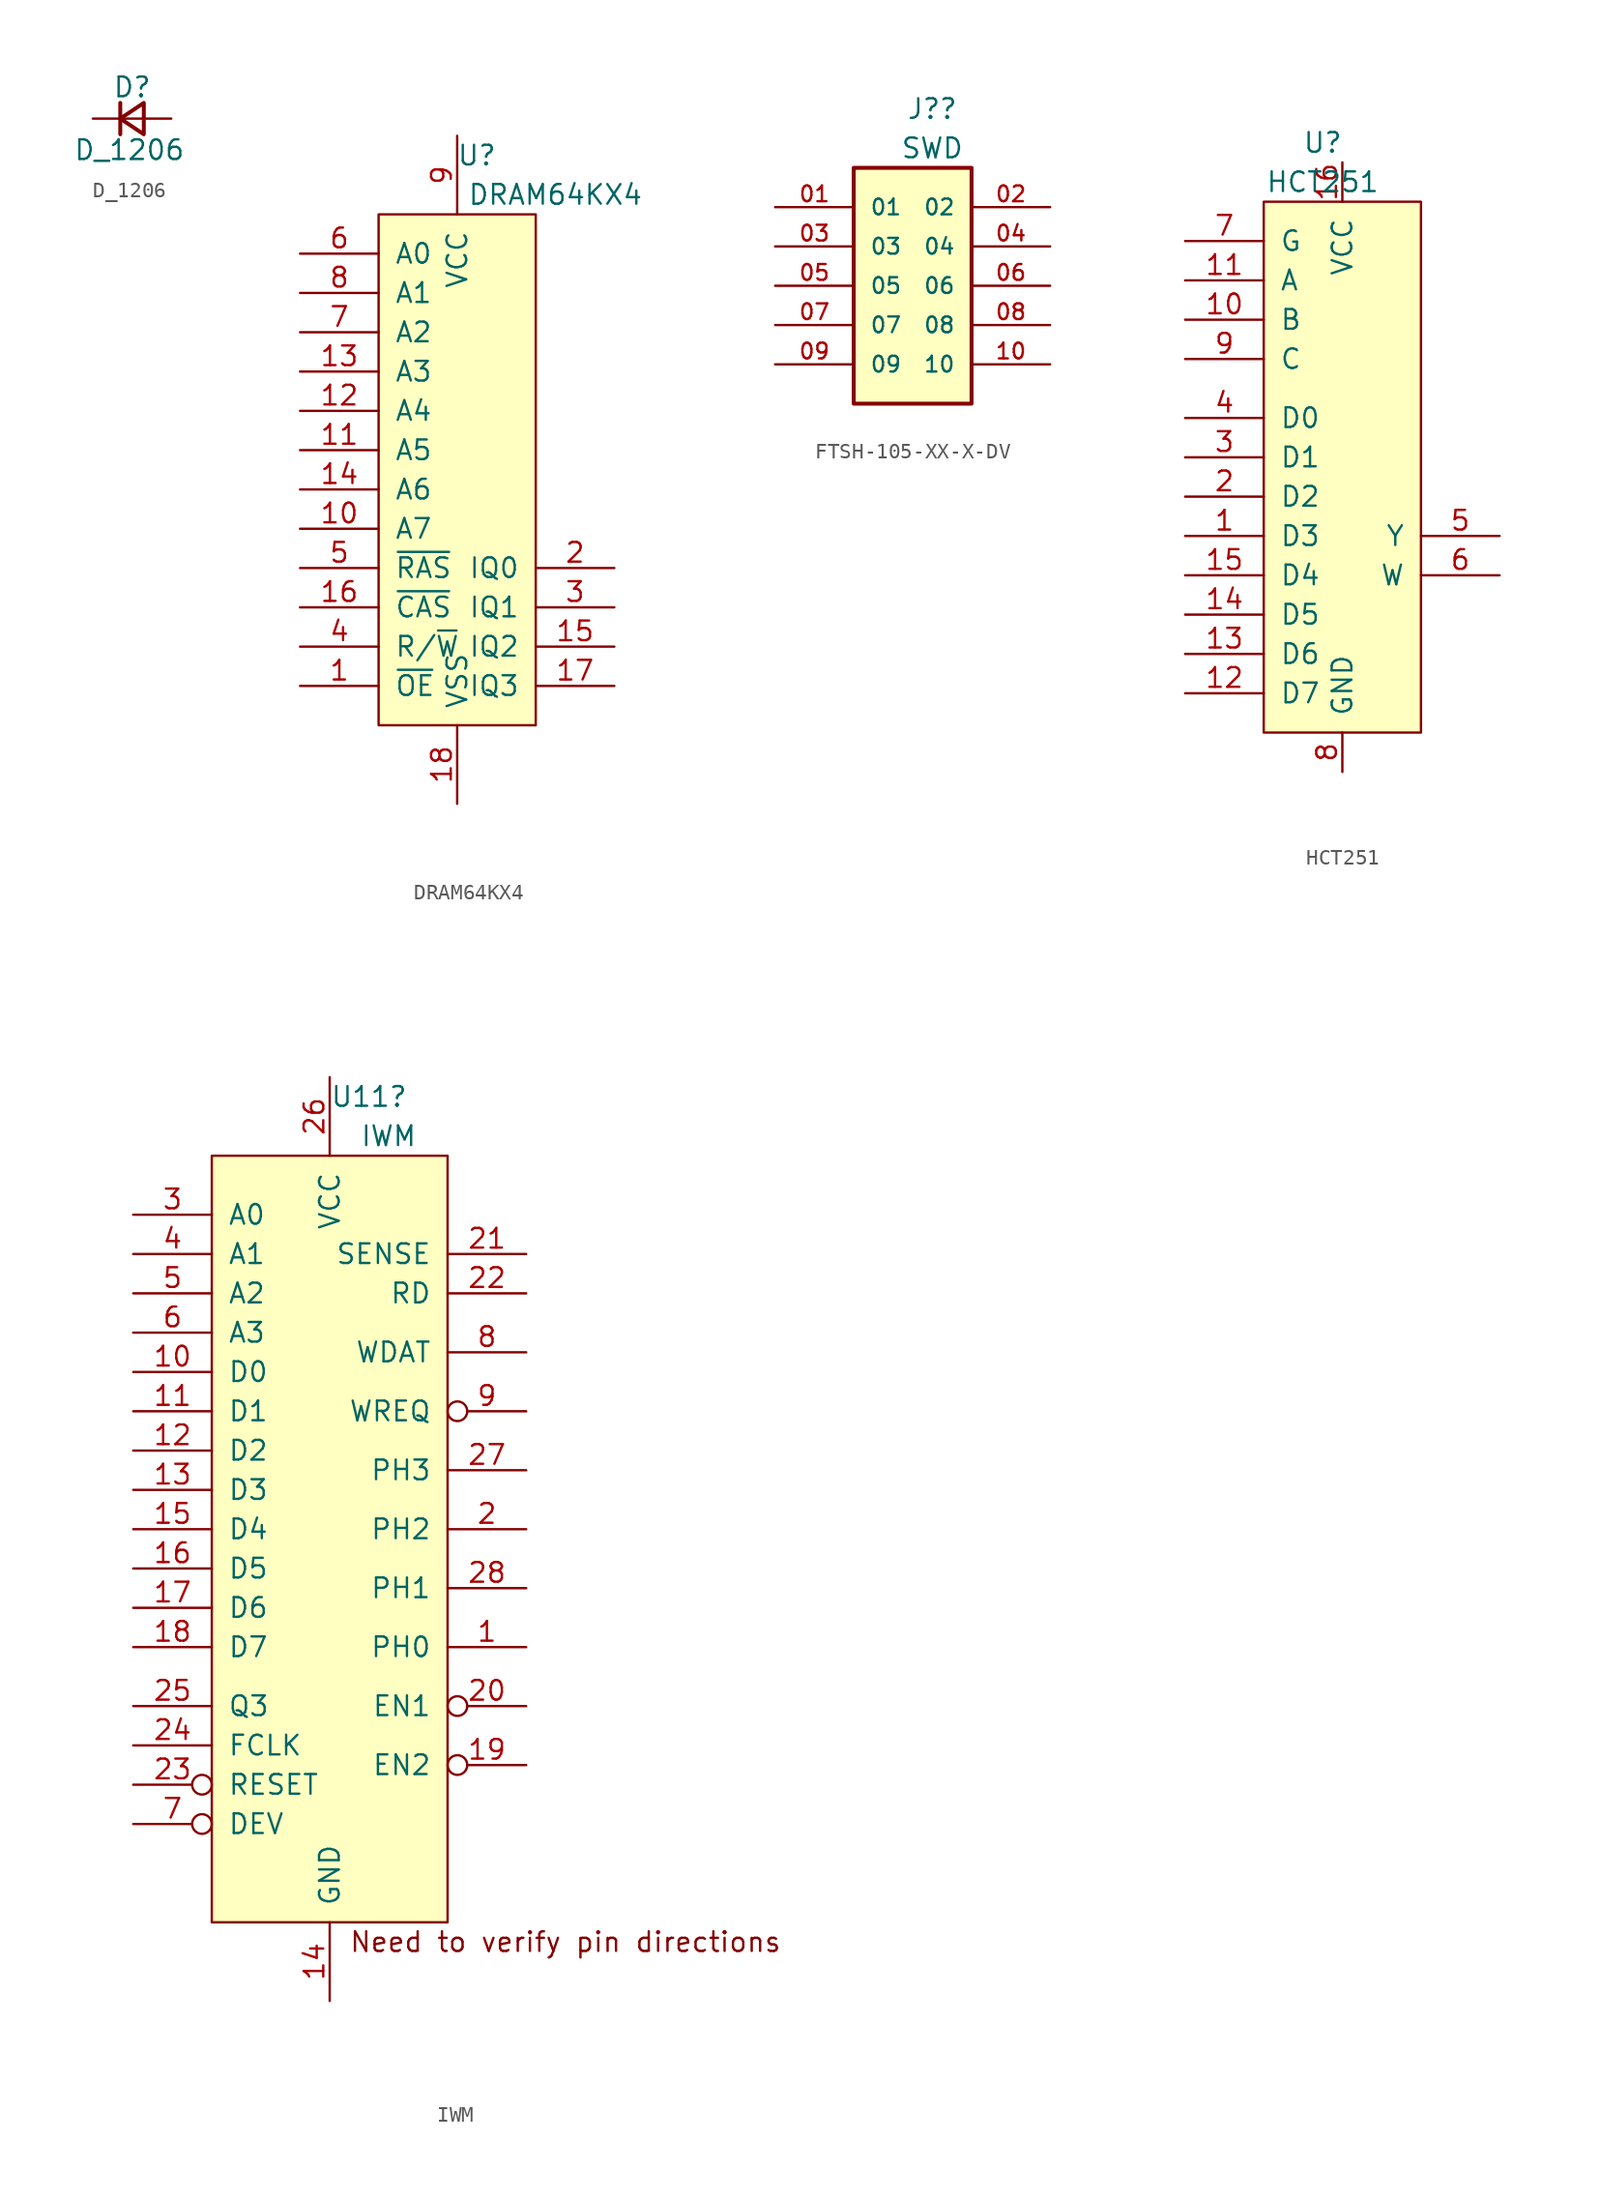
<source format=kicad_sym>
(kicad_symbol_lib
  (version 20220914)
  (generator kicad_symbol_editor)
  (symbol "D_1206"
    (pin_numbers hide)
    (pin_names
      (offset 0.254) hide)
    (property "Reference" "D"
      (at -1.27 2.032 0)
      (effects (font (size 1.27 1.27)) (justify left)))
    (property "Value" "D_1206"
      (at -3.81 -2.032 0)
      (effects (font (size 1.27 1.27)) (justify left)))
    (symbol "D_1206_0_1"
      (polyline (pts (xy -0.762 -1.016) (xy -0.762 1.016)) (stroke (width 0.254) (type default)) (fill (type none)))
      (polyline (pts (xy -0.762 0) (xy 0.762 0)) (stroke (width 0) (type default)) (fill (type none)))
      (polyline (pts (xy 0.762 -1.016) (xy -0.762 0) (xy 0.762 1.016) (xy 0.762 -1.016)) (stroke (width 0.254) (type default)) (fill (type none))))
    (symbol "D_1206_1_1"
      (pin passive line (at -2.54 0 0) (length 1.778) (name "K" (effects (font (size 1.27 1.27)))) (number "1" (effects (font (size 1.27 1.27)))))
      (pin passive line (at 2.54 0 180) (length 1.778) (name "A" (effects (font (size 1.27 1.27)))) (number "2" (effects (font (size 1.27 1.27)))))))
  (symbol "DRAM64KX4"
    (pin_names
      (offset 1.016))
    (property "Reference" "U"
      (at 1.27 20.32 0)
      (effects (font (size 1.27 1.27))))
    (property "Value" "DRAM64KX4"
      (at 6.35 17.78 0)
      (effects (font (size 1.27 1.27))))
    (symbol "DRAM64KX4_0_0"
      (rectangle (start -5.08 16.51) (end 5.08 -16.51) (stroke (width 0) (type solid)) (fill (type background))))
    (symbol "DRAM64KX4_1_1"
      (pin input line (at -10.16 -13.97 0) (length 5.08) (name "~{OE}" (effects (font (size 1.27 1.27)))) (number "1" (effects (font (size 1.27 1.27)))))
      (pin input line (at -10.16 -3.81 0) (length 5.08) (name "A7" (effects (font (size 1.27 1.27)))) (number "10" (effects (font (size 1.27 1.27)))))
      (pin input line (at -10.16 1.27 0) (length 5.08) (name "A5" (effects (font (size 1.27 1.27)))) (number "11" (effects (font (size 1.27 1.27)))))
      (pin input line (at -10.16 3.81 0) (length 5.08) (name "A4" (effects (font (size 1.27 1.27)))) (number "12" (effects (font (size 1.27 1.27)))))
      (pin input line (at -10.16 6.35 0) (length 5.08) (name "A3" (effects (font (size 1.27 1.27)))) (number "13" (effects (font (size 1.27 1.27)))))
      (pin input line (at -10.16 -1.27 0) (length 5.08) (name "A6" (effects (font (size 1.27 1.27)))) (number "14" (effects (font (size 1.27 1.27)))))
      (pin input line (at 10.16 -11.43 180) (length 5.08) (name "IQ2" (effects (font (size 1.27 1.27)))) (number "15" (effects (font (size 1.27 1.27)))))
      (pin input line (at -10.16 -8.89 0) (length 5.08) (name "~{CAS}" (effects (font (size 1.27 1.27)))) (number "16" (effects (font (size 1.27 1.27)))))
      (pin input line (at 10.16 -13.97 180) (length 5.08) (name "IQ3" (effects (font (size 1.27 1.27)))) (number "17" (effects (font (size 1.27 1.27)))))
      (pin input line (at 0 -21.59 90) (length 5.08) (name "VSS" (effects (font (size 1.27 1.27)))) (number "18" (effects (font (size 1.27 1.27)))))
      (pin input line (at 10.16 -6.35 180) (length 5.08) (name "IQ0" (effects (font (size 1.27 1.27)))) (number "2" (effects (font (size 1.27 1.27)))))
      (pin input line (at 10.16 -8.89 180) (length 5.08) (name "IQ1" (effects (font (size 1.27 1.27)))) (number "3" (effects (font (size 1.27 1.27)))))
      (pin input line (at -10.16 -11.43 0) (length 5.08) (name "R/~{W}" (effects (font (size 1.27 1.27)))) (number "4" (effects (font (size 1.27 1.27)))))
      (pin input line (at -10.16 -6.35 0) (length 5.08) (name "~{RAS}" (effects (font (size 1.27 1.27)))) (number "5" (effects (font (size 1.27 1.27)))))
      (pin input line (at -10.16 13.97 0) (length 5.08) (name "A0" (effects (font (size 1.27 1.27)))) (number "6" (effects (font (size 1.27 1.27)))))
      (pin input line (at -10.16 8.89 0) (length 5.08) (name "A2" (effects (font (size 1.27 1.27)))) (number "7" (effects (font (size 1.27 1.27)))))
      (pin input line (at -10.16 11.43 0) (length 5.08) (name "A1" (effects (font (size 1.27 1.27)))) (number "8" (effects (font (size 1.27 1.27)))))
      (pin input line (at 0 21.59 270) (length 5.08) (name "VCC" (effects (font (size 1.27 1.27)))) (number "9" (effects (font (size 1.27 1.27)))))))
  (symbol "FTSH-105-XX-X-DV"
    (pin_names
      (offset 1.016))
    (property "Reference" "J?"
      (at 1.27 11.43 0)
      (effects (font (size 1.27 1.27))))
    (property "Value" "SWD"
      (at 1.27 8.89 0)
      (effects (font (size 1.27 1.27))))
    (property "ki_locked" ""
      (at 0 0 0)
      (effects (font (size 1.27 1.27))))
    (symbol "FTSH-105-XX-X-DV_0_0"
      (rectangle (start -3.81 7.62) (end 3.81 -7.62) (stroke (width 0.254) (type default)) (fill (type background)))
      (pin passive line (at -8.89 5.08 0) (length 5.08) (name "01" (effects (font (size 1.016 1.016)))) (number "01" (effects (font (size 1.016 1.016)))))
      (pin passive line (at 8.89 5.08 180) (length 5.08) (name "02" (effects (font (size 1.016 1.016)))) (number "02" (effects (font (size 1.016 1.016)))))
      (pin passive line (at -8.89 2.54 0) (length 5.08) (name "03" (effects (font (size 1.016 1.016)))) (number "03" (effects (font (size 1.016 1.016)))))
      (pin passive line (at 8.89 2.54 180) (length 5.08) (name "04" (effects (font (size 1.016 1.016)))) (number "04" (effects (font (size 1.016 1.016)))))
      (pin passive line (at -8.89 0 0) (length 5.08) (name "05" (effects (font (size 1.016 1.016)))) (number "05" (effects (font (size 1.016 1.016)))))
      (pin passive line (at 8.89 0 180) (length 5.08) (name "06" (effects (font (size 1.016 1.016)))) (number "06" (effects (font (size 1.016 1.016)))))
      (pin passive line (at -8.89 -2.54 0) (length 5.08) (name "07" (effects (font (size 1.016 1.016)))) (number "07" (effects (font (size 1.016 1.016)))))
      (pin passive line (at 8.89 -2.54 180) (length 5.08) (name "08" (effects (font (size 1.016 1.016)))) (number "08" (effects (font (size 1.016 1.016)))))
      (pin passive line (at -8.89 -5.08 0) (length 5.08) (name "09" (effects (font (size 1.016 1.016)))) (number "09" (effects (font (size 1.016 1.016)))))
      (pin passive line (at 8.89 -5.08 180) (length 5.08) (name "10" (effects (font (size 1.016 1.016)))) (number "10" (effects (font (size 1.016 1.016)))))))
  (symbol "HCT251"
    (pin_names
      (offset 1.016))
    (property "Reference" "U"
      (at -1.27 20.32 0)
      (effects (font (size 1.27 1.27))))
    (property "Value" "HCT251"
      (at -1.27 17.78 0)
      (effects (font (size 1.27 1.27))))
    (symbol "HCT251_0_1"
      (rectangle (start -5.08 16.51) (end 5.08 -17.78) (stroke (width 0) (type default)) (fill (type background))))
    (symbol "HCT251_1_1"
      (pin input line (at -10.16 -5.08 0) (length 5.08) (name "D3" (effects (font (size 1.27 1.27)))) (number "1" (effects (font (size 1.27 1.27)))))
      (pin input line (at -10.16 8.89 0) (length 5.08) (name "B" (effects (font (size 1.27 1.27)))) (number "10" (effects (font (size 1.27 1.27)))))
      (pin input line (at -10.16 11.43 0) (length 5.08) (name "A" (effects (font (size 1.27 1.27)))) (number "11" (effects (font (size 1.27 1.27)))))
      (pin input line (at -10.16 -15.24 0) (length 5.08) (name "D7" (effects (font (size 1.27 1.27)))) (number "12" (effects (font (size 1.27 1.27)))))
      (pin input line (at -10.16 -12.7 0) (length 5.08) (name "D6" (effects (font (size 1.27 1.27)))) (number "13" (effects (font (size 1.27 1.27)))))
      (pin input line (at -10.16 -10.16 0) (length 5.08) (name "D5" (effects (font (size 1.27 1.27)))) (number "14" (effects (font (size 1.27 1.27)))))
      (pin input line (at -10.16 -7.62 0) (length 5.08) (name "D4" (effects (font (size 1.27 1.27)))) (number "15" (effects (font (size 1.27 1.27)))))
      (pin power_in line (at 0 19.05 270) (length 2.54) (name "VCC" (effects (font (size 1.27 1.27)))) (number "16" (effects (font (size 1.27 1.27)))))
      (pin input line (at -10.16 -2.54 0) (length 5.08) (name "D2" (effects (font (size 1.27 1.27)))) (number "2" (effects (font (size 1.27 1.27)))))
      (pin input line (at -10.16 0 0) (length 5.08) (name "D1" (effects (font (size 1.27 1.27)))) (number "3" (effects (font (size 1.27 1.27)))))
      (pin input line (at -10.16 2.54 0) (length 5.08) (name "D0" (effects (font (size 1.27 1.27)))) (number "4" (effects (font (size 1.27 1.27)))))
      (pin input line (at 10.16 -5.08 180) (length 5.08) (name "Y" (effects (font (size 1.27 1.27)))) (number "5" (effects (font (size 1.27 1.27)))))
      (pin input line (at 10.16 -7.62 180) (length 5.08) (name "W" (effects (font (size 1.27 1.27)))) (number "6" (effects (font (size 1.27 1.27)))))
      (pin input line (at -10.16 13.97 0) (length 5.08) (name "G" (effects (font (size 1.27 1.27)))) (number "7" (effects (font (size 1.27 1.27)))))
      (pin power_in line (at 0 -20.32 90) (length 2.54) (name "GND" (effects (font (size 1.27 1.27)))) (number "8" (effects (font (size 1.27 1.27)))))
      (pin input line (at -10.16 6.35 0) (length 5.08) (name "C" (effects (font (size 1.27 1.27)))) (number "9" (effects (font (size 1.27 1.27)))))))
  (symbol "IWM"
    (pin_names
      (offset 1.016))
    (property "Reference" "U11"
      (at 2.54 29.21 0)
      (effects (font (size 1.27 1.27))))
    (property "Value" "IWM"
      (at 3.81 26.67 0)
      (effects (font (size 1.27 1.27))))
    (symbol "IWM_0_0"
      (text "Need to verify pin directions" (at 15.24 -25.4 0) (effects (font (size 1.27 1.27)))))
    (symbol "IWM_0_1"
      (rectangle (start -7.62 25.4) (end 7.62 -24.13) (stroke (width 0) (type default)) (fill (type background))))
    (symbol "IWM_1_1"
      (pin output line (at 12.7 -6.35 180) (length 5.08) (name "PH0" (effects (font (size 1.27 1.27)))) (number "1" (effects (font (size 1.27 1.27)))))
      (pin bidirectional line (at -12.7 11.43 0) (length 5.08) (name "D0" (effects (font (size 1.27 1.27)))) (number "10" (effects (font (size 1.27 1.27)))))
      (pin bidirectional line (at -12.7 8.89 0) (length 5.08) (name "D1" (effects (font (size 1.27 1.27)))) (number "11" (effects (font (size 1.27 1.27)))))
      (pin bidirectional line (at -12.7 6.35 0) (length 5.08) (name "D2" (effects (font (size 1.27 1.27)))) (number "12" (effects (font (size 1.27 1.27)))))
      (pin bidirectional line (at -12.7 3.81 0) (length 5.08) (name "D3" (effects (font (size 1.27 1.27)))) (number "13" (effects (font (size 1.27 1.27)))))
      (pin power_in line (at 0 -29.21 90) (length 5.08) (name "GND" (effects (font (size 1.27 1.27)))) (number "14" (effects (font (size 1.27 1.27)))))
      (pin bidirectional line (at -12.7 1.27 0) (length 5.08) (name "D4" (effects (font (size 1.27 1.27)))) (number "15" (effects (font (size 1.27 1.27)))))
      (pin bidirectional line (at -12.7 -1.27 0) (length 5.08) (name "D5" (effects (font (size 1.27 1.27)))) (number "16" (effects (font (size 1.27 1.27)))))
      (pin bidirectional line (at -12.7 -3.81 0) (length 5.08) (name "D6" (effects (font (size 1.27 1.27)))) (number "17" (effects (font (size 1.27 1.27)))))
      (pin bidirectional line (at -12.7 -6.35 0) (length 5.08) (name "D7" (effects (font (size 1.27 1.27)))) (number "18" (effects (font (size 1.27 1.27)))))
      (pin output inverted (at 12.7 -13.97 180) (length 5.08) (name "EN2" (effects (font (size 1.27 1.27)))) (number "19" (effects (font (size 1.27 1.27)))))
      (pin output line (at 12.7 1.27 180) (length 5.08) (name "PH2" (effects (font (size 1.27 1.27)))) (number "2" (effects (font (size 1.27 1.27)))))
      (pin output inverted (at 12.7 -10.16 180) (length 5.08) (name "EN1" (effects (font (size 1.27 1.27)))) (number "20" (effects (font (size 1.27 1.27)))))
      (pin input line (at 12.7 19.05 180) (length 5.08) (name "SENSE" (effects (font (size 1.27 1.27)))) (number "21" (effects (font (size 1.27 1.27)))))
      (pin input line (at 12.7 16.51 180) (length 5.08) (name "RD" (effects (font (size 1.27 1.27)))) (number "22" (effects (font (size 1.27 1.27)))))
      (pin input inverted (at -12.7 -15.24 0) (length 5.08) (name "RESET" (effects (font (size 1.27 1.27)))) (number "23" (effects (font (size 1.27 1.27)))))
      (pin input line (at -12.7 -12.7 0) (length 5.08) (name "FCLK" (effects (font (size 1.27 1.27)))) (number "24" (effects (font (size 1.27 1.27)))))
      (pin input line (at -12.7 -10.16 0) (length 5.08) (name "Q3" (effects (font (size 1.27 1.27)))) (number "25" (effects (font (size 1.27 1.27)))))
      (pin power_in line (at 0 30.48 270) (length 5.08) (name "VCC" (effects (font (size 1.27 1.27)))) (number "26" (effects (font (size 1.27 1.27)))))
      (pin output line (at 12.7 5.08 180) (length 5.08) (name "PH3" (effects (font (size 1.27 1.27)))) (number "27" (effects (font (size 1.27 1.27)))))
      (pin output line (at 12.7 -2.54 180) (length 5.08) (name "PH1" (effects (font (size 1.27 1.27)))) (number "28" (effects (font (size 1.27 1.27)))))
      (pin input line (at -12.7 21.59 0) (length 5.08) (name "A0" (effects (font (size 1.27 1.27)))) (number "3" (effects (font (size 1.27 1.27)))))
      (pin input line (at -12.7 19.05 0) (length 5.08) (name "A1" (effects (font (size 1.27 1.27)))) (number "4" (effects (font (size 1.27 1.27)))))
      (pin input line (at -12.7 16.51 0) (length 5.08) (name "A2" (effects (font (size 1.27 1.27)))) (number "5" (effects (font (size 1.27 1.27)))))
      (pin input line (at -12.7 13.97 0) (length 5.08) (name "A3" (effects (font (size 1.27 1.27)))) (number "6" (effects (font (size 1.27 1.27)))))
      (pin input inverted (at -12.7 -17.78 0) (length 5.08) (name "DEV" (effects (font (size 1.27 1.27)))) (number "7" (effects (font (size 1.27 1.27)))))
      (pin input line (at 12.7 12.7 180) (length 5.08) (name "WDAT" (effects (font (size 1.27 1.27)))) (number "8" (effects (font (size 1.27 1.27)))))
      (pin output inverted (at 12.7 8.89 180) (length 5.08) (name "WREQ" (effects (font (size 1.27 1.27)))) (number "9" (effects (font (size 1.27 1.27))))))))
</source>
